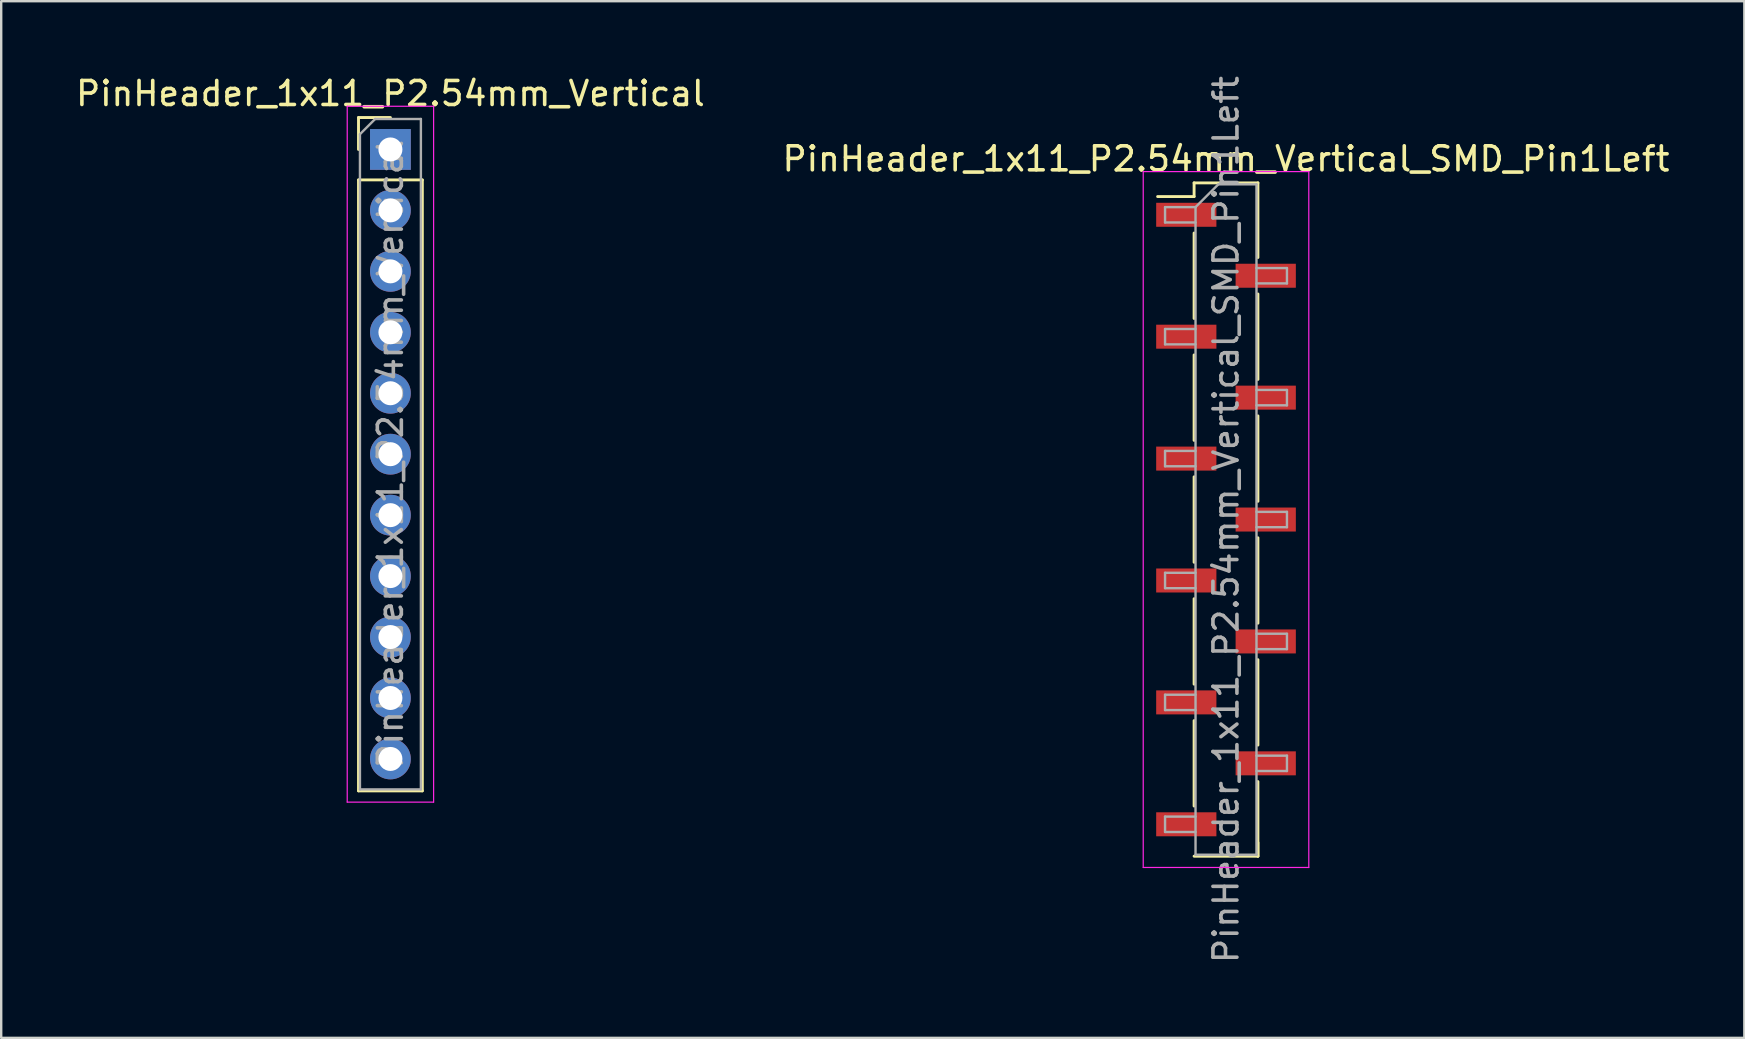
<source format=kicad_pcb>
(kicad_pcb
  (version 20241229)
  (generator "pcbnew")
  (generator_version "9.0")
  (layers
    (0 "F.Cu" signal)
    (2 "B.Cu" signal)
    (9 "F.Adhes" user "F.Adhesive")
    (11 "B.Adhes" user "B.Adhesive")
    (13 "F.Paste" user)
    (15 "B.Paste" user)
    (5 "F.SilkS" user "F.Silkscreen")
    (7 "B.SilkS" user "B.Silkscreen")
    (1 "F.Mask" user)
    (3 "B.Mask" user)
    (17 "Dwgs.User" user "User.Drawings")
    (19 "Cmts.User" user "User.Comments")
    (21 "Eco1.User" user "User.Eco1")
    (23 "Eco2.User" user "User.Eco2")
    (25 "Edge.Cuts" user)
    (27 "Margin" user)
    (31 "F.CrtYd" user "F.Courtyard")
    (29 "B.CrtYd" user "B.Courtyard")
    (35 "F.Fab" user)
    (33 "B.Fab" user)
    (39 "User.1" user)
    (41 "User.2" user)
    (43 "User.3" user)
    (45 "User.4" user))
  (footprint "PinHeader_1x11_P2.54mm_Vertical"
    (layer "F.Cu")
    (at 13.22 3.178)
    (property "Reference" "PinHeader_1x11_P2.54mm_Vertical" (at 0 -2.33 0) (layer "F.SilkS") (effects (font (size 1 1) (thickness 0.15))))
    (attr through_hole)
    (fp_line (start -1.33 -1.33) (end 0 -1.33) (stroke (width 0.12) (type solid)) (layer "F.SilkS"))
    (fp_line (start -1.33 0) (end -1.33 -1.33) (stroke (width 0.12) (type solid)) (layer "F.SilkS"))
    (fp_line (start -1.33 1.27) (end -1.33 26.73) (stroke (width 0.12) (type solid)) (layer "F.SilkS"))
    (fp_line (start -1.33 1.27) (end 1.33 1.27) (stroke (width 0.12) (type solid)) (layer "F.SilkS"))
    (fp_line (start -1.33 26.73) (end 1.33 26.73) (stroke (width 0.12) (type solid)) (layer "F.SilkS"))
    (fp_line (start 1.33 1.27) (end 1.33 26.73) (stroke (width 0.12) (type solid)) (layer "F.SilkS"))
    (fp_line (start -1.8 -1.8) (end -1.8 27.2) (stroke (width 0.05) (type solid)) (layer "F.CrtYd"))
    (fp_line (start -1.8 27.2) (end 1.8 27.2) (stroke (width 0.05) (type solid)) (layer "F.CrtYd"))
    (fp_line (start 1.8 -1.8) (end -1.8 -1.8) (stroke (width 0.05) (type solid)) (layer "F.CrtYd"))
    (fp_line (start 1.8 27.2) (end 1.8 -1.8) (stroke (width 0.05) (type solid)) (layer "F.CrtYd"))
    (fp_line (start -1.27 -0.635) (end -0.635 -1.27) (stroke (width 0.1) (type solid)) (layer "F.Fab"))
    (fp_line (start -1.27 26.67) (end -1.27 -0.635) (stroke (width 0.1) (type solid)) (layer "F.Fab"))
    (fp_line (start -0.635 -1.27) (end 1.27 -1.27) (stroke (width 0.1) (type solid)) (layer "F.Fab"))
    (fp_line (start 1.27 -1.27) (end 1.27 26.67) (stroke (width 0.1) (type solid)) (layer "F.Fab"))
    (fp_line (start 1.27 26.67) (end -1.27 26.67) (stroke (width 0.1) (type solid)) (layer "F.Fab"))
    (fp_text user "${REFERENCE}" (at 0 12.7 90) (layer "F.Fab") (effects (font (size 1 1) (thickness 0.15))))
    (pad "1" thru_hole rect (at 0 0) (size 1.7 1.7) (drill 1) (layers "*.Cu" "*.Mask"))
    (pad "2" thru_hole oval (at 0 2.54) (size 1.7 1.7) (drill 1) (layers "*.Cu" "*.Mask"))
    (pad "3" thru_hole oval (at 0 5.08) (size 1.7 1.7) (drill 1) (layers "*.Cu" "*.Mask"))
    (pad "4" thru_hole oval (at 0 7.62) (size 1.7 1.7) (drill 1) (layers "*.Cu" "*.Mask"))
    (pad "5" thru_hole oval (at 0 10.16) (size 1.7 1.7) (drill 1) (layers "*.Cu" "*.Mask"))
    (pad "6" thru_hole oval (at 0 12.7) (size 1.7 1.7) (drill 1) (layers "*.Cu" "*.Mask"))
    (pad "7" thru_hole oval (at 0 15.24) (size 1.7 1.7) (drill 1) (layers "*.Cu" "*.Mask"))
    (pad "8" thru_hole oval (at 0 17.78) (size 1.7 1.7) (drill 1) (layers "*.Cu" "*.Mask"))
    (pad "9" thru_hole oval (at 0 20.32) (size 1.7 1.7) (drill 1) (layers "*.Cu" "*.Mask"))
    (pad "10" thru_hole oval (at 0 22.86) (size 1.7 1.7) (drill 1) (layers "*.Cu" "*.Mask"))
    (pad "11" thru_hole oval (at 0 25.4) (size 1.7 1.7) (drill 1) (layers "*.Cu" "*.Mask")))
  (footprint "PinHeader_1x11_P2.54mm_Vertical_SMD_Pin1Left"
    (layer "F.Cu")
    (at 48.042 18.601)
    (property "Reference" "PinHeader_1x11_P2.54mm_Vertical_SMD_Pin1Left" (at 0 -15.03 0) (layer "F.SilkS") (effects (font (size 1 1) (thickness 0.15))))
    (attr smd)
    (fp_line (start -1.33 -14.03) (end -1.33 -13.46) (stroke (width 0.12) (type solid)) (layer "F.SilkS"))
    (fp_line (start -1.33 -14.03) (end 1.33 -14.03) (stroke (width 0.12) (type solid)) (layer "F.SilkS"))
    (fp_line (start -1.33 -13.46) (end -2.85 -13.46) (stroke (width 0.12) (type solid)) (layer "F.SilkS"))
    (fp_line (start -1.33 -11.94) (end -1.33 -8.38) (stroke (width 0.12) (type solid)) (layer "F.SilkS"))
    (fp_line (start -1.33 -6.86) (end -1.33 -3.3) (stroke (width 0.12) (type solid)) (layer "F.SilkS"))
    (fp_line (start -1.33 -1.78) (end -1.33 1.78) (stroke (width 0.12) (type solid)) (layer "F.SilkS"))
    (fp_line (start -1.33 3.3) (end -1.33 6.86) (stroke (width 0.12) (type solid)) (layer "F.SilkS"))
    (fp_line (start -1.33 8.38) (end -1.33 11.94) (stroke (width 0.12) (type solid)) (layer "F.SilkS"))
    (fp_line (start -1.33 14.03) (end 1.33 14.03) (stroke (width 0.12) (type solid)) (layer "F.SilkS"))
    (fp_line (start 1.33 -14.03) (end 1.33 -10.92) (stroke (width 0.12) (type solid)) (layer "F.SilkS"))
    (fp_line (start 1.33 -9.4) (end 1.33 -5.84) (stroke (width 0.12) (type solid)) (layer "F.SilkS"))
    (fp_line (start 1.33 -4.32) (end 1.33 -0.76) (stroke (width 0.12) (type solid)) (layer "F.SilkS"))
    (fp_line (start 1.33 0.76) (end 1.33 4.32) (stroke (width 0.12) (type solid)) (layer "F.SilkS"))
    (fp_line (start 1.33 5.84) (end 1.33 9.4) (stroke (width 0.12) (type solid)) (layer "F.SilkS"))
    (fp_line (start 1.33 10.92) (end 1.33 14.03) (stroke (width 0.12) (type solid)) (layer "F.SilkS"))
    (fp_line (start 1.33 13.46) (end 1.33 14.03) (stroke (width 0.12) (type solid)) (layer "F.SilkS"))
    (fp_line (start -3.45 -14.5) (end -3.45 14.5) (stroke (width 0.05) (type solid)) (layer "F.CrtYd"))
    (fp_line (start -3.45 14.5) (end 3.45 14.5) (stroke (width 0.05) (type solid)) (layer "F.CrtYd"))
    (fp_line (start 3.45 -14.5) (end -3.45 -14.5) (stroke (width 0.05) (type solid)) (layer "F.CrtYd"))
    (fp_line (start 3.45 14.5) (end 3.45 -14.5) (stroke (width 0.05) (type solid)) (layer "F.CrtYd"))
    (fp_line (start -2.54 -13.02) (end -2.54 -12.38) (stroke (width 0.1) (type solid)) (layer "F.Fab"))
    (fp_line (start -2.54 -12.38) (end -1.27 -12.38) (stroke (width 0.1) (type solid)) (layer "F.Fab"))
    (fp_line (start -2.54 -7.94) (end -2.54 -7.3) (stroke (width 0.1) (type solid)) (layer "F.Fab"))
    (fp_line (start -2.54 -7.3) (end -1.27 -7.3) (stroke (width 0.1) (type solid)) (layer "F.Fab"))
    (fp_line (start -2.54 -2.86) (end -2.54 -2.22) (stroke (width 0.1) (type solid)) (layer "F.Fab"))
    (fp_line (start -2.54 -2.22) (end -1.27 -2.22) (stroke (width 0.1) (type solid)) (layer "F.Fab"))
    (fp_line (start -2.54 2.22) (end -2.54 2.86) (stroke (width 0.1) (type solid)) (layer "F.Fab"))
    (fp_line (start -2.54 2.86) (end -1.27 2.86) (stroke (width 0.1) (type solid)) (layer "F.Fab"))
    (fp_line (start -2.54 7.3) (end -2.54 7.94) (stroke (width 0.1) (type solid)) (layer "F.Fab"))
    (fp_line (start -2.54 7.94) (end -1.27 7.94) (stroke (width 0.1) (type solid)) (layer "F.Fab"))
    (fp_line (start -2.54 12.38) (end -2.54 13.02) (stroke (width 0.1) (type solid)) (layer "F.Fab"))
    (fp_line (start -2.54 13.02) (end -1.27 13.02) (stroke (width 0.1) (type solid)) (layer "F.Fab"))
    (fp_line (start -1.27 -13.02) (end -2.54 -13.02) (stroke (width 0.1) (type solid)) (layer "F.Fab"))
    (fp_line (start -1.27 -13.02) (end -0.32 -13.97) (stroke (width 0.1) (type solid)) (layer "F.Fab"))
    (fp_line (start -1.27 -7.94) (end -2.54 -7.94) (stroke (width 0.1) (type solid)) (layer "F.Fab"))
    (fp_line (start -1.27 -2.86) (end -2.54 -2.86) (stroke (width 0.1) (type solid)) (layer "F.Fab"))
    (fp_line (start -1.27 2.22) (end -2.54 2.22) (stroke (width 0.1) (type solid)) (layer "F.Fab"))
    (fp_line (start -1.27 7.3) (end -2.54 7.3) (stroke (width 0.1) (type solid)) (layer "F.Fab"))
    (fp_line (start -1.27 12.38) (end -2.54 12.38) (stroke (width 0.1) (type solid)) (layer "F.Fab"))
    (fp_line (start -1.27 13.97) (end -1.27 -13.02) (stroke (width 0.1) (type solid)) (layer "F.Fab"))
    (fp_line (start -0.32 -13.97) (end 1.27 -13.97) (stroke (width 0.1) (type solid)) (layer "F.Fab"))
    (fp_line (start 1.27 -13.97) (end 1.27 13.97) (stroke (width 0.1) (type solid)) (layer "F.Fab"))
    (fp_line (start 1.27 -10.48) (end 2.54 -10.48) (stroke (width 0.1) (type solid)) (layer "F.Fab"))
    (fp_line (start 1.27 -5.4) (end 2.54 -5.4) (stroke (width 0.1) (type solid)) (layer "F.Fab"))
    (fp_line (start 1.27 -0.32) (end 2.54 -0.32) (stroke (width 0.1) (type solid)) (layer "F.Fab"))
    (fp_line (start 1.27 4.76) (end 2.54 4.76) (stroke (width 0.1) (type solid)) (layer "F.Fab"))
    (fp_line (start 1.27 9.84) (end 2.54 9.84) (stroke (width 0.1) (type solid)) (layer "F.Fab"))
    (fp_line (start 1.27 13.97) (end -1.27 13.97) (stroke (width 0.1) (type solid)) (layer "F.Fab"))
    (fp_line (start 2.54 -10.48) (end 2.54 -9.84) (stroke (width 0.1) (type solid)) (layer "F.Fab"))
    (fp_line (start 2.54 -9.84) (end 1.27 -9.84) (stroke (width 0.1) (type solid)) (layer "F.Fab"))
    (fp_line (start 2.54 -5.4) (end 2.54 -4.76) (stroke (width 0.1) (type solid)) (layer "F.Fab"))
    (fp_line (start 2.54 -4.76) (end 1.27 -4.76) (stroke (width 0.1) (type solid)) (layer "F.Fab"))
    (fp_line (start 2.54 -0.32) (end 2.54 0.32) (stroke (width 0.1) (type solid)) (layer "F.Fab"))
    (fp_line (start 2.54 0.32) (end 1.27 0.32) (stroke (width 0.1) (type solid)) (layer "F.Fab"))
    (fp_line (start 2.54 4.76) (end 2.54 5.4) (stroke (width 0.1) (type solid)) (layer "F.Fab"))
    (fp_line (start 2.54 5.4) (end 1.27 5.4) (stroke (width 0.1) (type solid)) (layer "F.Fab"))
    (fp_line (start 2.54 9.84) (end 2.54 10.48) (stroke (width 0.1) (type solid)) (layer "F.Fab"))
    (fp_line (start 2.54 10.48) (end 1.27 10.48) (stroke (width 0.1) (type solid)) (layer "F.Fab"))
    (fp_text user "${REFERENCE}" (at 0 0 90) (layer "F.Fab") (effects (font (size 1 1) (thickness 0.15))))
    (pad "1" smd rect (at -1.655 -12.7) (size 2.51 1) (layers "F.Cu" "F.Mask" "F.Paste"))
    (pad "2" smd rect (at 1.655 -10.16) (size 2.51 1) (layers "F.Cu" "F.Mask" "F.Paste"))
    (pad "3" smd rect (at -1.655 -7.62) (size 2.51 1) (layers "F.Cu" "F.Mask" "F.Paste"))
    (pad "4" smd rect (at 1.655 -5.08) (size 2.51 1) (layers "F.Cu" "F.Mask" "F.Paste"))
    (pad "5" smd rect (at -1.655 -2.54) (size 2.51 1) (layers "F.Cu" "F.Mask" "F.Paste"))
    (pad "6" smd rect (at 1.655 0) (size 2.51 1) (layers "F.Cu" "F.Mask" "F.Paste"))
    (pad "7" smd rect (at -1.655 2.54) (size 2.51 1) (layers "F.Cu" "F.Mask" "F.Paste"))
    (pad "8" smd rect (at 1.655 5.08) (size 2.51 1) (layers "F.Cu" "F.Mask" "F.Paste"))
    (pad "9" smd rect (at -1.655 7.62) (size 2.51 1) (layers "F.Cu" "F.Mask" "F.Paste"))
    (pad "10" smd rect (at 1.655 10.16) (size 2.51 1) (layers "F.Cu" "F.Mask" "F.Paste"))
    (pad "11" smd rect (at -1.655 12.7) (size 2.51 1) (layers "F.Cu" "F.Mask" "F.Paste")))
  (gr_rect
    (start -3 -3)
    (end 69.643 40.202)
    (stroke (width 0.1) (type default))
    (fill no)
    (layer "Edge.Cuts")))
</source>
